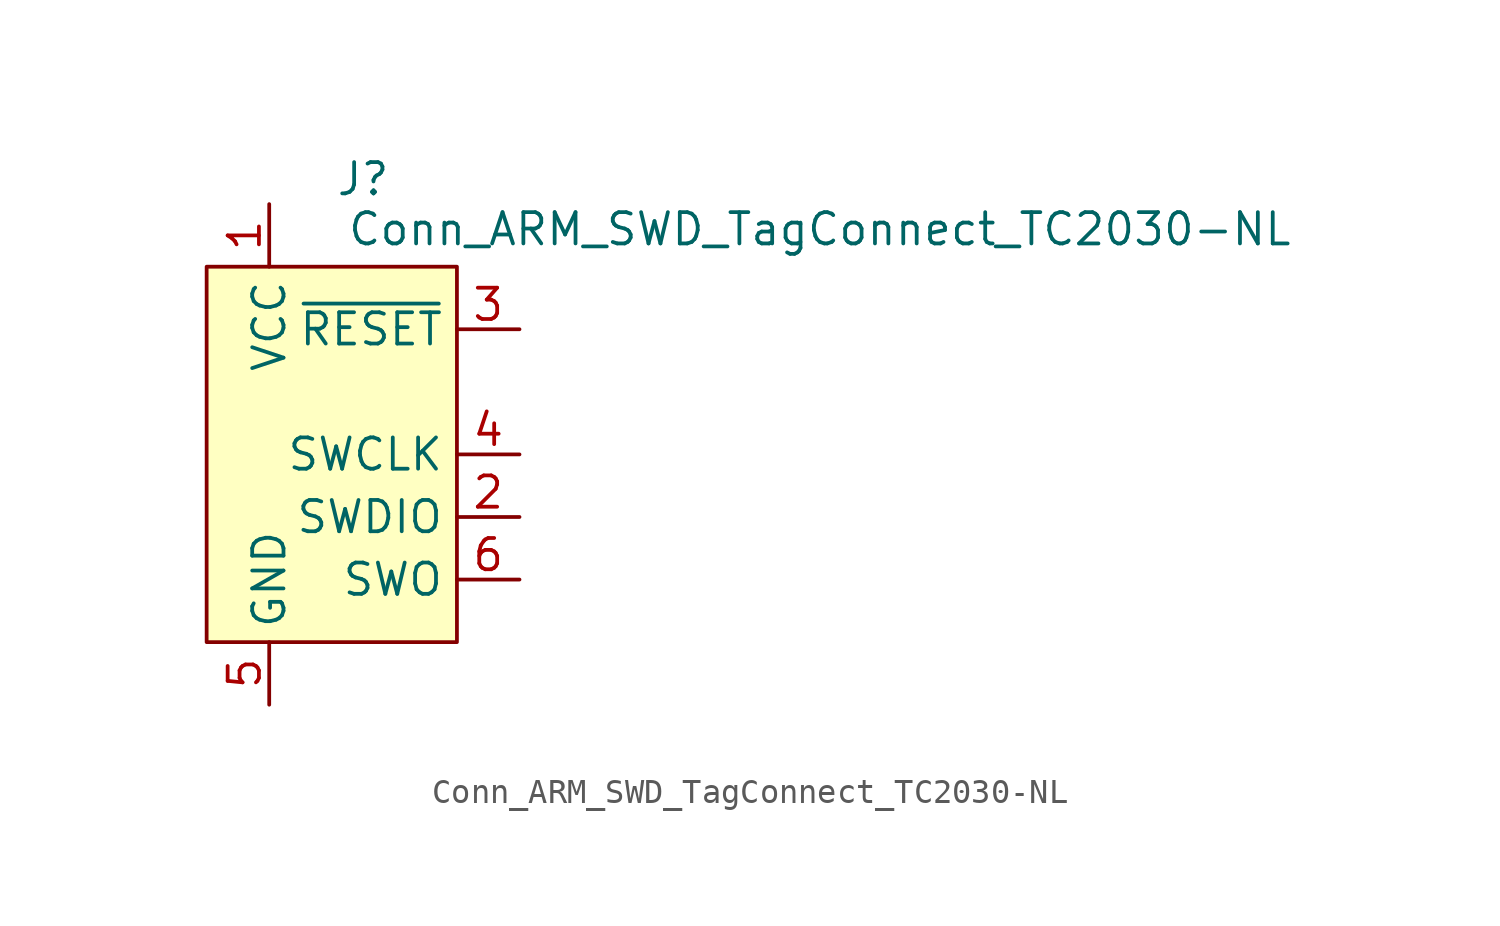
<source format=kicad_sym>
(kicad_symbol_lib
  (version 20241209)
  (generator "kicad_symbol_editor")
  (generator_version "9.0")
  (symbol "Conn_ARM_SWD_TagConnect_TC2030-NL"
    (property "Reference" "J"
      (at 1.27 11.176 0)
      (effects (font (size 1.27 1.27))))
    (property "Value" "Conn_ARM_SWD_TagConnect_TC2030-NL"
      (at 19.812 9.144 0)
      (effects (font (size 1.27 1.27))))
    (symbol "Conn_ARM_SWD_TagConnect_TC2030-NL_0_0"
      (pin power_in line (at -2.54 10.16 270) (length 2.54) (name "VCC" (effects (font (size 1.27 1.27)))) (number "1" (effects (font (size 1.27 1.27)))))
      (pin power_in line (at -2.54 -10.16 90) (length 2.54) (name "GND" (effects (font (size 1.27 1.27)))) (number "5" (effects (font (size 1.27 1.27)))))
      (pin open_collector line (at 7.62 5.08 180) (length 2.54) (name "~{RESET}" (effects (font (size 1.27 1.27)))) (number "3" (effects (font (size 1.27 1.27)))))
      (pin output line (at 7.62 0 180) (length 2.54) (name "SWCLK" (effects (font (size 1.27 1.27)))) (number "4" (effects (font (size 1.27 1.27)))) (alternate "TCK" output line))
      (pin bidirectional line (at 7.62 -2.54 180) (length 2.54) (name "SWDIO" (effects (font (size 1.27 1.27)))) (number "2" (effects (font (size 1.27 1.27)))) (alternate "TMS" bidirectional line))
      (pin input line (at 7.62 -5.08 180) (length 2.54) (name "SWO" (effects (font (size 1.27 1.27)))) (number "6" (effects (font (size 1.27 1.27)))) (alternate "TDO" input line)))
    (symbol "Conn_ARM_SWD_TagConnect_TC2030-NL_0_1"
      (rectangle (start -5.08 7.62) (end 5.08 -7.62) (stroke (width 0) (type default)) (fill (type background))))))
</source>
